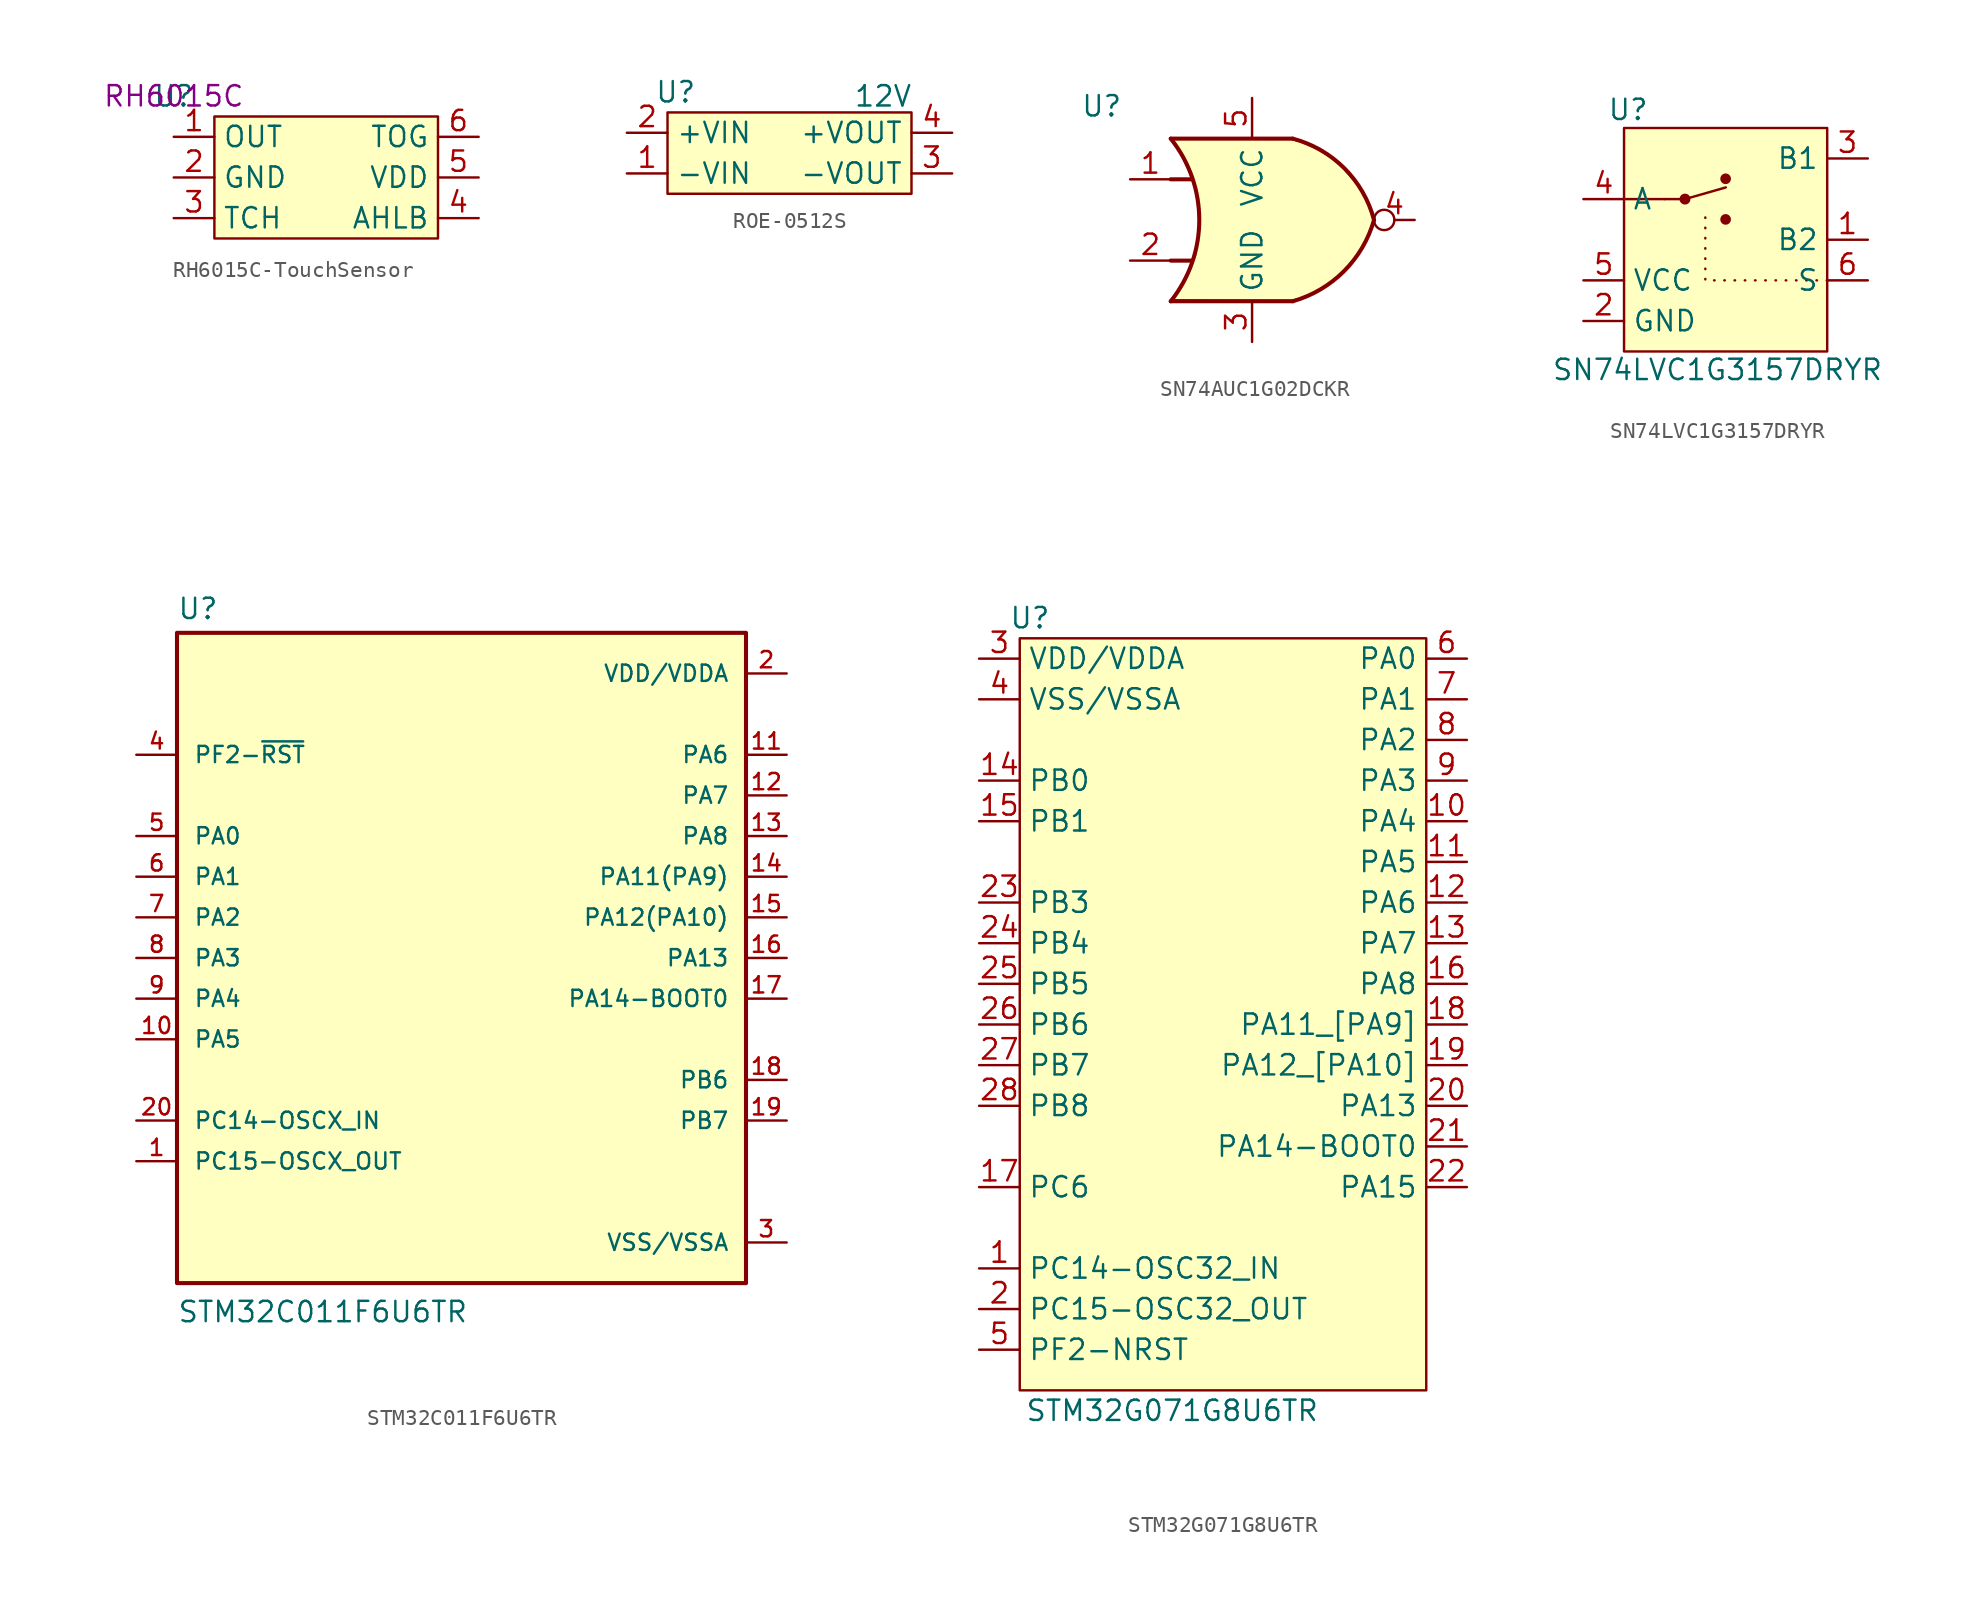
<source format=kicad_sym>
(kicad_symbol_lib
  (version 20241209)
  (generator "kicad_symbol_editor")
  (generator_version "9.0")
  (symbol "RH6015C-TouchSensor"
    (property "Reference" "U"
      (at -8.89 5.08 0)
      (effects (font (size 1.27 1.27))))
    (property "PartNumber" "RH6015C"
      (at -8.89 5.08 0)
      (effects (font (size 1.27 1.27))))
    (symbol "RH6015C-TouchSensor_1_1"
      (rectangle (start -6.35 3.81) (end 7.62 -3.81) (stroke (width 0) (type default)) (fill (type background)))
      (pin passive line (at -8.89 2.54 0) (length 2.54) (name "OUT" (effects (font (size 1.27 1.27)))) (number "1" (effects (font (size 1.27 1.27)))))
      (pin passive line (at -8.89 0 0) (length 2.54) (name "GND" (effects (font (size 1.27 1.27)))) (number "2" (effects (font (size 1.27 1.27)))))
      (pin passive line (at -8.89 -2.54 0) (length 2.54) (name "TCH" (effects (font (size 1.27 1.27)))) (number "3" (effects (font (size 1.27 1.27)))))
      (pin passive line (at 10.16 2.54 180) (length 2.54) (name "TOG" (effects (font (size 1.27 1.27)))) (number "6" (effects (font (size 1.27 1.27)))))
      (pin passive line (at 10.16 0 180) (length 2.54) (name "VDD" (effects (font (size 1.27 1.27)))) (number "5" (effects (font (size 1.27 1.27)))))
      (pin passive line (at 10.16 -2.54 180) (length 2.54) (name "AHLB" (effects (font (size 1.27 1.27)))) (number "4" (effects (font (size 1.27 1.27)))))))
  (symbol "ROE-0512S"
    (property "Reference" "U"
      (at 3.048 5.08 0)
      (effects (font (size 1.27 1.27))))
    (property "Value" "12V"
      (at 16.002 4.826 0)
      (effects (font (size 1.27 1.27))))
    (symbol "ROE-0512S_0_0"
      (pin passive line (at 0 2.54 0) (length 2.54) (name "+VIN" (effects (font (size 1.27 1.27)))) (number "2" (effects (font (size 1.27 1.27)))))
      (pin passive line (at 0 0 0) (length 2.54) (name "-VIN" (effects (font (size 1.27 1.27)))) (number "1" (effects (font (size 1.27 1.27)))))
      (pin passive line (at 20.32 2.54 180) (length 2.54) (name "+VOUT" (effects (font (size 1.27 1.27)))) (number "4" (effects (font (size 1.27 1.27)))))
      (pin passive line (at 20.32 0 180) (length 2.54) (name "-VOUT" (effects (font (size 1.27 1.27)))) (number "3" (effects (font (size 1.27 1.27))))))
    (symbol "ROE-0512S_1_1"
      (rectangle (start 2.54 3.81) (end 17.78 -1.27) (stroke (width 0) (type default)) (fill (type background)))))
  (symbol "SN74AUC1G02DCKR"
    (property "Reference" "U"
      (at -1.778 4.572 0)
      (effects (font (size 1.27 1.27))))
    (symbol "SN74AUC1G02DCKR_0_1"
      (arc (start 2.5399 2.54) (mid 4.3219 -2.54) (end 2.5399 -7.62) (stroke (width 0.254) (type default)) (fill (type none)))
      (polyline (pts (xy 2.54 0) (xy 3.81 0)) (stroke (width 0.254) (type default)) (fill (type background)))
      (polyline (pts (xy 2.54 -5.08) (xy 3.81 -5.08)) (stroke (width 0.254) (type default)) (fill (type background)))
      (arc (start 15.2399 -2.54) (mid 13.3619 -5.742) (end 10.1599 -7.62) (stroke (width 0.254) (type default)) (fill (type none)))
      (arc (start 10.1599 2.54) (mid 13.3871 0.6872) (end 15.2399 -2.54) (stroke (width 0.254) (type default)) (fill (type none)))
      (polyline (pts (xy 10.16 2.54) (xy 2.54 2.54)) (stroke (width 0.254) (type default)) (fill (type background)))
      (polyline (pts (xy 10.16 -7.62) (xy 2.54 -7.62)) (stroke (width 0.254) (type default)) (fill (type background))))
    (symbol "SN74AUC1G02DCKR_1_1"
      (polyline (pts (xy 2.54 2.54) (xy 3.208 1.588) (xy 3.7 0.522) (xy 4.116 -0.597) (xy 4.29 -1.935) (xy 4.335 -2.797) (xy 4.259 -3.583) (xy 4.048 -4.77) (xy 3.654 -5.799) (xy 2.982 -6.986) (xy 2.566 -7.575) (xy 10.103 -7.6) (xy 10.567 -7.489) (xy 11.309 -7.18) (xy 12.378 -6.585) (xy 13.073 -6.031) (xy 13.671 -5.419) (xy 14.322 -4.581) (xy 14.82 -3.674) (xy 15.24 -2.596) (xy 14.852 -1.381) (xy 14.171 -0.257) (xy 13.284 0.781) (xy 12.594 1.366) (xy 11.772 1.89) (xy 10.588 2.409) (xy 10.159 2.525) (xy 2.54 2.54)) (stroke (width 0) (type default)) (fill (type background)))
      (pin passive line (at 0 0 0) (length 2.54) (name "~" (effects (font (size 1.27 1.27)))) (number "1" (effects (font (size 1.27 1.27)))))
      (pin passive line (at 0 -5.08 0) (length 2.54) (name "~" (effects (font (size 1.27 1.27)))) (number "2" (effects (font (size 1.27 1.27)))))
      (pin passive line (at 7.62 5.08 270) (length 2.54) (name "VCC" (effects (font (size 1.27 1.27)))) (number "5" (effects (font (size 1.27 1.27)))))
      (pin passive line (at 7.62 -10.16 90) (length 2.54) (name "GND" (effects (font (size 1.27 1.27)))) (number "3" (effects (font (size 1.27 1.27)))))
      (pin passive inverted (at 17.78 -2.54 180) (length 2.54) (name "~" (effects (font (size 1.27 1.27)))) (number "4" (effects (font (size 1.27 1.27)))))))
  (symbol "SN74LVC1G3157DRYR"
    (property "Reference" "U"
      (at -14.986 8.128 0)
      (effects (font (size 1.27 1.27))))
    (property "Value" "SN74LVC1G3157DRYR"
      (at -9.398 -8.128 0)
      (effects (font (size 1.27 1.27))))
    (symbol "SN74LVC1G3157DRYR_0_0"
      (pin passive line (at -17.78 2.54 0) (length 2.54) (name "A" (effects (font (size 1.27 1.27)))) (number "4" (effects (font (size 1.27 1.27)))))
      (pin passive line (at -17.78 -2.54 0) (length 2.54) (name "VCC" (effects (font (size 1.27 1.27)))) (number "5" (effects (font (size 1.27 1.27)))))
      (pin passive line (at -17.78 -5.08 0) (length 2.54) (name "GND" (effects (font (size 1.27 1.27)))) (number "2" (effects (font (size 1.27 1.27)))))
      (pin passive line (at 0 5.08 180) (length 2.54) (name "B1" (effects (font (size 1.27 1.27)))) (number "3" (effects (font (size 1.27 1.27)))))
      (pin passive line (at 0 0 180) (length 2.54) (name "B2" (effects (font (size 1.27 1.27)))) (number "1" (effects (font (size 1.27 1.27)))))
      (pin passive line (at 0 -2.54 180) (length 2.54) (name "S" (effects (font (size 1.27 1.27)))) (number "6" (effects (font (size 1.27 1.27))))))
    (symbol "SN74LVC1G3157DRYR_0_1"
      (polyline (pts (xy -12.7 2.54) (xy -11.43 2.54)) (stroke (width 0) (type default)) (fill (type none))))
    (symbol "SN74LVC1G3157DRYR_1_1"
      (rectangle (start -15.24 6.985) (end -2.54 -6.985) (stroke (width 0) (type default)) (fill (type background)))
      (polyline (pts (xy -15.24 2.54) (xy -12.7 2.54)) (stroke (width 0) (type default)) (fill (type none)))
      (circle (center -11.43 2.54) (radius 0.265) (stroke (width 0) (type default)) (fill (type outline)))
      (polyline (pts (xy -11.43 2.54) (xy -8.879 3.271)) (stroke (width 0) (type default)) (fill (type none)))
      (circle (center -8.89 3.81) (radius 0.256) (stroke (width 0) (type default)) (fill (type outline)))
      (circle (center -8.89 1.27) (radius 0.256) (stroke (width 0) (type default)) (fill (type outline)))
      (polyline (pts (xy -2.54 -2.54) (xy -10.16 -2.54) (xy -10.16 1.905)) (stroke (width 0) (type dot)) (fill (type none)))))
  (symbol "STM32C011F6U6TR"
    (pin_names
      (offset 1.016))
    (property "Reference" "U"
      (at -17.78 21.082 0)
      (effects (font (size 1.27 1.27)) (justify left bottom)))
    (property "Value" "STM32C011F6U6TR"
      (at -17.78 -22.86 0)
      (effects (font (size 1.27 1.27)) (justify left bottom)))
    (symbol "STM32C011F6U6TR_0_0"
      (rectangle (start -17.78 20.32) (end 17.78 -20.32) (stroke (width 0.254) (type default)) (fill (type background)))
      (pin passive line (at -20.32 12.7 0) (length 2.54) (name "PF2-~{RST}" (effects (font (size 1.016 1.016)))) (number "4" (effects (font (size 1.016 1.016)))))
      (pin passive line (at -20.32 7.62 0) (length 2.54) (name "PA0" (effects (font (size 1.016 1.016)))) (number "5" (effects (font (size 1.016 1.016)))))
      (pin passive line (at -20.32 5.08 0) (length 2.54) (name "PA1" (effects (font (size 1.016 1.016)))) (number "6" (effects (font (size 1.016 1.016)))))
      (pin passive line (at -20.32 2.54 0) (length 2.54) (name "PA2" (effects (font (size 1.016 1.016)))) (number "7" (effects (font (size 1.016 1.016)))))
      (pin passive line (at -20.32 0 0) (length 2.54) (name "PA3" (effects (font (size 1.016 1.016)))) (number "8" (effects (font (size 1.016 1.016)))))
      (pin passive line (at -20.32 -2.54 0) (length 2.54) (name "PA4" (effects (font (size 1.016 1.016)))) (number "9" (effects (font (size 1.016 1.016)))))
      (pin passive line (at -20.32 -5.08 0) (length 2.54) (name "PA5" (effects (font (size 1.016 1.016)))) (number "10" (effects (font (size 1.016 1.016)))))
      (pin passive line (at -20.32 -10.16 0) (length 2.54) (name "PC14-OSCX_IN" (effects (font (size 1.016 1.016)))) (number "20" (effects (font (size 1.016 1.016)))))
      (pin passive line (at -20.32 -12.7 0) (length 2.54) (name "PC15-OSCX_OUT" (effects (font (size 1.016 1.016)))) (number "1" (effects (font (size 1.016 1.016)))))
      (pin passive line (at 20.32 17.78 180) (length 2.54) (name "VDD/VDDA" (effects (font (size 1.016 1.016)))) (number "2" (effects (font (size 1.016 1.016)))))
      (pin passive line (at 20.32 12.7 180) (length 2.54) (name "PA6" (effects (font (size 1.016 1.016)))) (number "11" (effects (font (size 1.016 1.016)))))
      (pin passive line (at 20.32 10.16 180) (length 2.54) (name "PA7" (effects (font (size 1.016 1.016)))) (number "12" (effects (font (size 1.016 1.016)))))
      (pin passive line (at 20.32 7.62 180) (length 2.54) (name "PA8" (effects (font (size 1.016 1.016)))) (number "13" (effects (font (size 1.016 1.016)))))
      (pin passive line (at 20.32 5.08 180) (length 2.54) (name "PA11(PA9)" (effects (font (size 1.016 1.016)))) (number "14" (effects (font (size 1.016 1.016)))))
      (pin passive line (at 20.32 2.54 180) (length 2.54) (name "PA12(PA10)" (effects (font (size 1.016 1.016)))) (number "15" (effects (font (size 1.016 1.016)))))
      (pin passive line (at 20.32 0 180) (length 2.54) (name "PA13" (effects (font (size 1.016 1.016)))) (number "16" (effects (font (size 1.016 1.016)))))
      (pin passive line (at 20.32 -2.54 180) (length 2.54) (name "PA14-BOOT0" (effects (font (size 1.016 1.016)))) (number "17" (effects (font (size 1.016 1.016)))))
      (pin passive line (at 20.32 -7.62 180) (length 2.54) (name "PB6" (effects (font (size 1.016 1.016)))) (number "18" (effects (font (size 1.016 1.016)))))
      (pin passive line (at 20.32 -10.16 180) (length 2.54) (name "PB7" (effects (font (size 1.016 1.016)))) (number "19" (effects (font (size 1.016 1.016)))))
      (pin passive line (at 20.32 -17.78 180) (length 2.54) (name "VSS/VSSA" (effects (font (size 1.016 1.016)))) (number "3" (effects (font (size 1.016 1.016)))))))
  (symbol "STM32G071G8U6TR"
    (property "Reference" "U"
      (at 3.175 2.54 0)
      (effects (font (size 1.27 1.27))))
    (property "Value" "STM32G071G8U6TR"
      (at 12.065 -46.99 0)
      (effects (font (size 1.27 1.27))))
    (symbol "STM32G071G8U6TR_0_0"
      (pin passive line (at 0 0 0) (length 2.54) (name "VDD/VDDA" (effects (font (size 1.27 1.27)))) (number "3" (effects (font (size 1.27 1.27)))))
      (pin passive line (at 0 -2.54 0) (length 2.54) (name "VSS/VSSA" (effects (font (size 1.27 1.27)))) (number "4" (effects (font (size 1.27 1.27)))))
      (pin passive line (at 0 -7.62 0) (length 2.54) (name "PB0" (effects (font (size 1.27 1.27)))) (number "14" (effects (font (size 1.27 1.27)))))
      (pin passive line (at 0 -10.16 0) (length 2.54) (name "PB1" (effects (font (size 1.27 1.27)))) (number "15" (effects (font (size 1.27 1.27)))))
      (pin passive line (at 0 -15.24 0) (length 2.54) (name "PB3" (effects (font (size 1.27 1.27)))) (number "23" (effects (font (size 1.27 1.27)))))
      (pin passive line (at 0 -17.78 0) (length 2.54) (name "PB4" (effects (font (size 1.27 1.27)))) (number "24" (effects (font (size 1.27 1.27)))))
      (pin passive line (at 0 -20.32 0) (length 2.54) (name "PB5" (effects (font (size 1.27 1.27)))) (number "25" (effects (font (size 1.27 1.27)))))
      (pin passive line (at 0 -22.86 0) (length 2.54) (name "PB6" (effects (font (size 1.27 1.27)))) (number "26" (effects (font (size 1.27 1.27)))))
      (pin passive line (at 0 -25.4 0) (length 2.54) (name "PB7" (effects (font (size 1.27 1.27)))) (number "27" (effects (font (size 1.27 1.27)))))
      (pin passive line (at 0 -27.94 0) (length 2.54) (name "PB8" (effects (font (size 1.27 1.27)))) (number "28" (effects (font (size 1.27 1.27)))))
      (pin passive line (at 0 -33.02 0) (length 2.54) (name "PC6" (effects (font (size 1.27 1.27)))) (number "17" (effects (font (size 1.27 1.27)))))
      (pin passive line (at 0 -38.1 0) (length 2.54) (name "PC14-OSC32_IN" (effects (font (size 1.27 1.27)))) (number "1" (effects (font (size 1.27 1.27)))))
      (pin passive line (at 0 -40.64 0) (length 2.54) (name "PC15-OSC32_OUT" (effects (font (size 1.27 1.27)))) (number "2" (effects (font (size 1.27 1.27)))))
      (pin passive line (at 0 -43.18 0) (length 2.54) (name "PF2-NRST" (effects (font (size 1.27 1.27)))) (number "5" (effects (font (size 1.27 1.27)))))
      (pin passive line (at 30.48 0 180) (length 2.54) (name "PA0" (effects (font (size 1.27 1.27)))) (number "6" (effects (font (size 1.27 1.27)))))
      (pin passive line (at 30.48 -2.54 180) (length 2.54) (name "PA1" (effects (font (size 1.27 1.27)))) (number "7" (effects (font (size 1.27 1.27)))))
      (pin passive line (at 30.48 -5.08 180) (length 2.54) (name "PA2" (effects (font (size 1.27 1.27)))) (number "8" (effects (font (size 1.27 1.27)))))
      (pin passive line (at 30.48 -7.62 180) (length 2.54) (name "PA3" (effects (font (size 1.27 1.27)))) (number "9" (effects (font (size 1.27 1.27)))))
      (pin passive line (at 30.48 -10.16 180) (length 2.54) (name "PA4" (effects (font (size 1.27 1.27)))) (number "10" (effects (font (size 1.27 1.27)))))
      (pin passive line (at 30.48 -12.7 180) (length 2.54) (name "PA5" (effects (font (size 1.27 1.27)))) (number "11" (effects (font (size 1.27 1.27)))))
      (pin passive line (at 30.48 -15.24 180) (length 2.54) (name "PA6" (effects (font (size 1.27 1.27)))) (number "12" (effects (font (size 1.27 1.27)))))
      (pin passive line (at 30.48 -17.78 180) (length 2.54) (name "PA7" (effects (font (size 1.27 1.27)))) (number "13" (effects (font (size 1.27 1.27)))))
      (pin passive line (at 30.48 -20.32 180) (length 2.54) (name "PA8" (effects (font (size 1.27 1.27)))) (number "16" (effects (font (size 1.27 1.27)))))
      (pin passive line (at 30.48 -22.86 180) (length 2.54) (name "PA11_[PA9]" (effects (font (size 1.27 1.27)))) (number "18" (effects (font (size 1.27 1.27)))))
      (pin passive line (at 30.48 -25.4 180) (length 2.54) (name "PA12_[PA10]" (effects (font (size 1.27 1.27)))) (number "19" (effects (font (size 1.27 1.27)))))
      (pin passive line (at 30.48 -27.94 180) (length 2.54) (name "PA13" (effects (font (size 1.27 1.27)))) (number "20" (effects (font (size 1.27 1.27)))))
      (pin passive line (at 30.48 -30.48 180) (length 2.54) (name "PA14-BOOT0" (effects (font (size 1.27 1.27)))) (number "21" (effects (font (size 1.27 1.27)))))
      (pin passive line (at 30.48 -33.02 180) (length 2.54) (name "PA15" (effects (font (size 1.27 1.27)))) (number "22" (effects (font (size 1.27 1.27))))))
    (symbol "STM32G071G8U6TR_1_1"
      (rectangle (start 2.54 1.27) (end 27.94 -45.72) (stroke (width 0) (type solid)) (fill (type background))))))
</source>
